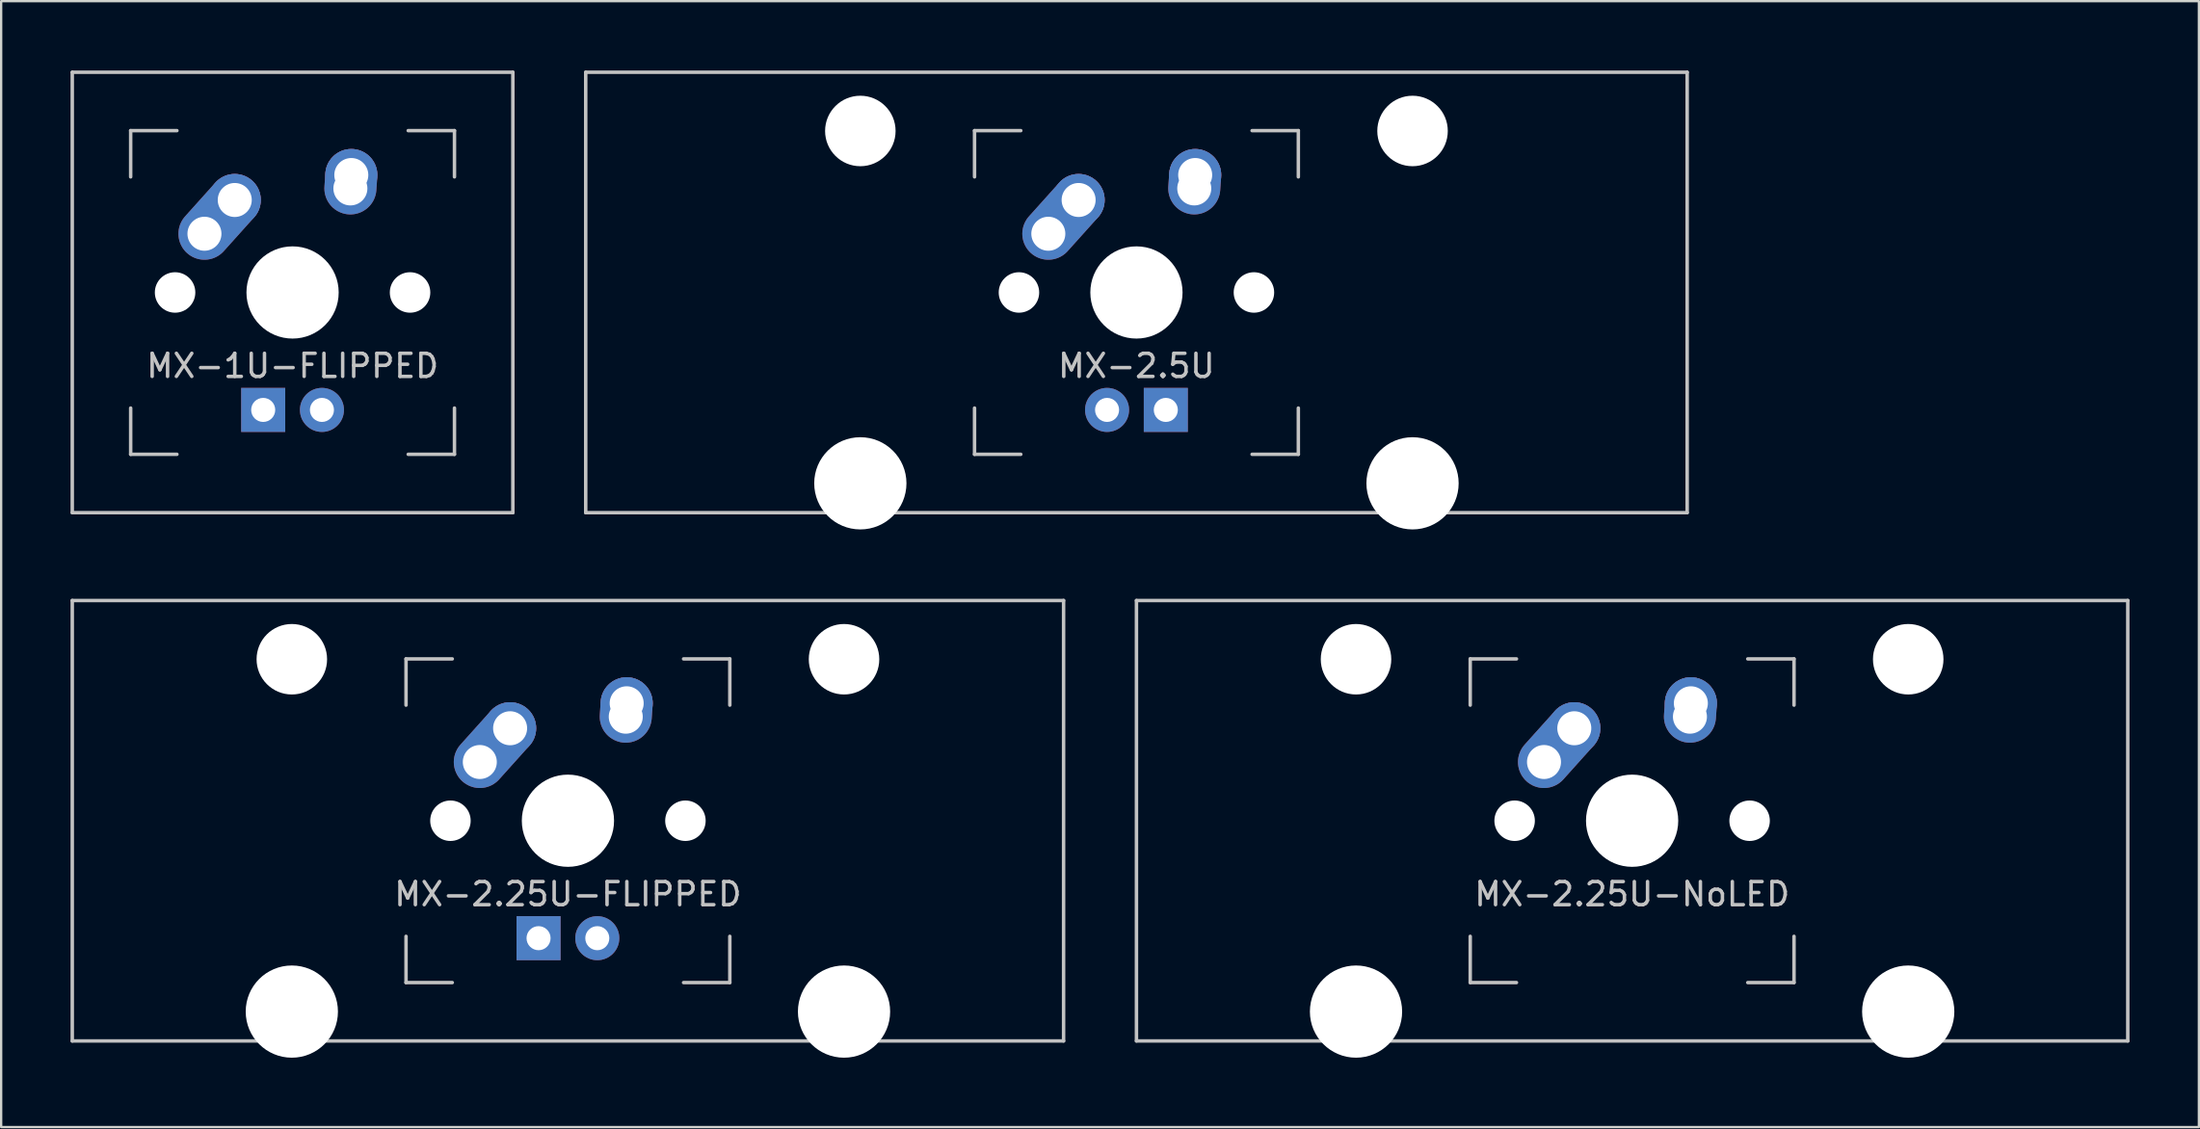
<source format=kicad_pcb>
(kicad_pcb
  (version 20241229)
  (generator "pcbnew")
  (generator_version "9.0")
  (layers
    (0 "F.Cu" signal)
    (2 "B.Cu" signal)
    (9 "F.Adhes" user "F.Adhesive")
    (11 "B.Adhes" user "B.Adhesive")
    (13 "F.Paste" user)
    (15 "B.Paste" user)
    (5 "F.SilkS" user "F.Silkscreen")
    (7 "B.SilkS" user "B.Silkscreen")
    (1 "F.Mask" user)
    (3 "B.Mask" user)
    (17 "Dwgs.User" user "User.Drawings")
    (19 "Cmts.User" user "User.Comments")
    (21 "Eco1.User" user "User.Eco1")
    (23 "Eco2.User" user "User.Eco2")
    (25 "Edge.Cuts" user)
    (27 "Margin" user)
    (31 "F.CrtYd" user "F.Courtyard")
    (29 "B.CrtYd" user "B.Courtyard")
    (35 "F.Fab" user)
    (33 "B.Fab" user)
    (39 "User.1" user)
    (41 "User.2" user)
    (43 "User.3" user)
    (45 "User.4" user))
  (footprint "MX-2.5U"
    (layer "F.Cu")
    (at 46.087 9.6)
    (property "Reference" "MX-2.5U" (at 0 3.175 0) (layer "Dwgs.User") (effects (font (size 1 1) (thickness 0.15))))
    (attr through_hole)
    (fp_line (start -23.812 -9.525) (end 23.812 -9.525) (stroke (width 0.15) (type solid)) (layer "Dwgs.User"))
    (fp_line (start -23.812 9.525) (end -23.812 -9.525) (stroke (width 0.15) (type solid)) (layer "Dwgs.User"))
    (fp_line (start -23.812 9.525) (end 23.812 9.525) (stroke (width 0.15) (type solid)) (layer "Dwgs.User"))
    (fp_line (start -7 -7) (end -7 -5) (stroke (width 0.15) (type solid)) (layer "Dwgs.User"))
    (fp_line (start -7 5) (end -7 7) (stroke (width 0.15) (type solid)) (layer "Dwgs.User"))
    (fp_line (start -7 7) (end -5 7) (stroke (width 0.15) (type solid)) (layer "Dwgs.User"))
    (fp_line (start -5 -7) (end -7 -7) (stroke (width 0.15) (type solid)) (layer "Dwgs.User"))
    (fp_line (start 5 -7) (end 7 -7) (stroke (width 0.15) (type solid)) (layer "Dwgs.User"))
    (fp_line (start 5 7) (end 7 7) (stroke (width 0.15) (type solid)) (layer "Dwgs.User"))
    (fp_line (start 7 -7) (end 7 -5) (stroke (width 0.15) (type solid)) (layer "Dwgs.User"))
    (fp_line (start 7 7) (end 7 5) (stroke (width 0.15) (type solid)) (layer "Dwgs.User"))
    (fp_line (start 23.812 -9.525) (end 23.812 9.525) (stroke (width 0.15) (type solid)) (layer "Dwgs.User"))
    (pad "" np_thru_hole circle (at -11.938 -6.985) (size 3.048 3.048) (drill 3.048) (layers "*.Cu" "*.Mask"))
    (pad "" np_thru_hole circle (at -11.938 8.255) (size 3.988 3.988) (drill 3.988) (layers "*.Cu" "*.Mask"))
    (pad "" np_thru_hole circle (at -5.08 0 48.1) (size 1.75 1.75) (drill 1.75) (layers "*.Cu" "*.Mask"))
    (pad "" np_thru_hole circle (at 0 0) (size 3.988 3.988) (drill 3.988) (layers "*.Cu" "*.Mask"))
    (pad "" np_thru_hole circle (at 5.08 0 48.1) (size 1.75 1.75) (drill 1.75) (layers "*.Cu" "*.Mask"))
    (pad "" np_thru_hole circle (at 11.938 -6.985) (size 3.048 3.048) (drill 3.048) (layers "*.Cu" "*.Mask"))
    (pad "" np_thru_hole circle (at 11.938 8.255) (size 3.988 3.988) (drill 3.988) (layers "*.Cu" "*.Mask"))
    (pad "1" thru_hole oval (at -3.81 -2.54 48.1) (size 4.212 2.25) (drill 1.47 (offset 0.981 0)) (layers "*.Cu" "B.Mask"))
    (pad "1" thru_hole circle (at -2.5 -4) (size 2.25 2.25) (drill 1.47) (layers "*.Cu" "B.Mask"))
    (pad "2" thru_hole oval (at 2.5 -4.5 86.055) (size 2.831 2.25) (drill 1.47 (offset 0.291 0)) (layers "*.Cu" "B.Mask"))
    (pad "2" thru_hole circle (at 2.54 -5.08) (size 2.25 2.25) (drill 1.47) (layers "*.Cu" "B.Mask"))
    (pad "3" thru_hole circle (at -1.27 5.08) (size 1.905 1.905) (drill 1.04) (layers "*.Cu" "B.Mask"))
    (pad "4" thru_hole rect (at 1.27 5.08) (size 1.905 1.905) (drill 1.04) (layers "*.Cu" "B.Mask")))
  (footprint "MX-2.25U-NoLED"
    (layer "F.Cu")
    (at 67.519 32.449)
    (property "Reference" "MX-2.25U-NoLED" (at 0 3.175 0) (layer "Dwgs.User") (effects (font (size 1 1) (thickness 0.15))))
    (attr through_hole)
    (fp_line (start -21.431 -9.525) (end 21.431 -9.525) (stroke (width 0.15) (type solid)) (layer "Dwgs.User"))
    (fp_line (start -21.431 9.525) (end -21.431 -9.525) (stroke (width 0.15) (type solid)) (layer "Dwgs.User"))
    (fp_line (start -21.431 9.525) (end 21.431 9.525) (stroke (width 0.15) (type solid)) (layer "Dwgs.User"))
    (fp_line (start -7 -7) (end -7 -5) (stroke (width 0.15) (type solid)) (layer "Dwgs.User"))
    (fp_line (start -7 5) (end -7 7) (stroke (width 0.15) (type solid)) (layer "Dwgs.User"))
    (fp_line (start -7 7) (end -5 7) (stroke (width 0.15) (type solid)) (layer "Dwgs.User"))
    (fp_line (start -5 -7) (end -7 -7) (stroke (width 0.15) (type solid)) (layer "Dwgs.User"))
    (fp_line (start 5 -7) (end 7 -7) (stroke (width 0.15) (type solid)) (layer "Dwgs.User"))
    (fp_line (start 5 7) (end 7 7) (stroke (width 0.15) (type solid)) (layer "Dwgs.User"))
    (fp_line (start 7 -7) (end 7 -5) (stroke (width 0.15) (type solid)) (layer "Dwgs.User"))
    (fp_line (start 7 7) (end 7 5) (stroke (width 0.15) (type solid)) (layer "Dwgs.User"))
    (fp_line (start 21.431 -9.525) (end 21.431 9.525) (stroke (width 0.15) (type solid)) (layer "Dwgs.User"))
    (pad "" np_thru_hole circle (at -11.938 -6.985) (size 3.048 3.048) (drill 3.048) (layers "*.Cu" "*.Mask"))
    (pad "" np_thru_hole circle (at -11.938 8.255) (size 3.988 3.988) (drill 3.988) (layers "*.Cu" "*.Mask"))
    (pad "" np_thru_hole circle (at -5.08 0 48.1) (size 1.75 1.75) (drill 1.75) (layers "*.Cu" "*.Mask"))
    (pad "" np_thru_hole circle (at 0 0) (size 3.988 3.988) (drill 3.988) (layers "*.Cu" "*.Mask"))
    (pad "" np_thru_hole circle (at 5.08 0 48.1) (size 1.75 1.75) (drill 1.75) (layers "*.Cu" "*.Mask"))
    (pad "" np_thru_hole circle (at 11.938 -6.985) (size 3.048 3.048) (drill 3.048) (layers "*.Cu" "*.Mask"))
    (pad "" np_thru_hole circle (at 11.938 8.255) (size 3.988 3.988) (drill 3.988) (layers "*.Cu" "*.Mask"))
    (pad "1" thru_hole oval (at -3.81 -2.54 48.1) (size 4.212 2.25) (drill 1.47 (offset 0.981 0)) (layers "*.Cu" "B.Mask"))
    (pad "1" thru_hole circle (at -2.5 -4) (size 2.25 2.25) (drill 1.47) (layers "*.Cu" "B.Mask"))
    (pad "2" thru_hole oval (at 2.5 -4.5 86.055) (size 2.831 2.25) (drill 1.47 (offset 0.291 0)) (layers "*.Cu" "B.Mask"))
    (pad "2" thru_hole circle (at 2.54 -5.08) (size 2.25 2.25) (drill 1.47) (layers "*.Cu" "B.Mask")))
  (footprint "MX-2.25U-FLIPPED"
    (layer "F.Cu")
    (at 21.506 32.449)
    (property "Reference" "MX-2.25U-FLIPPED" (at 0 3.175 0) (layer "Dwgs.User") (effects (font (size 1 1) (thickness 0.15))))
    (attr through_hole)
    (fp_line (start -21.431 -9.525) (end 21.431 -9.525) (stroke (width 0.15) (type solid)) (layer "Dwgs.User"))
    (fp_line (start -21.431 9.525) (end -21.431 -9.525) (stroke (width 0.15) (type solid)) (layer "Dwgs.User"))
    (fp_line (start -21.431 9.525) (end 21.431 9.525) (stroke (width 0.15) (type solid)) (layer "Dwgs.User"))
    (fp_line (start -7 -7) (end -7 -5) (stroke (width 0.15) (type solid)) (layer "Dwgs.User"))
    (fp_line (start -7 5) (end -7 7) (stroke (width 0.15) (type solid)) (layer "Dwgs.User"))
    (fp_line (start -7 7) (end -5 7) (stroke (width 0.15) (type solid)) (layer "Dwgs.User"))
    (fp_line (start -5 -7) (end -7 -7) (stroke (width 0.15) (type solid)) (layer "Dwgs.User"))
    (fp_line (start 5 -7) (end 7 -7) (stroke (width 0.15) (type solid)) (layer "Dwgs.User"))
    (fp_line (start 5 7) (end 7 7) (stroke (width 0.15) (type solid)) (layer "Dwgs.User"))
    (fp_line (start 7 -7) (end 7 -5) (stroke (width 0.15) (type solid)) (layer "Dwgs.User"))
    (fp_line (start 7 7) (end 7 5) (stroke (width 0.15) (type solid)) (layer "Dwgs.User"))
    (fp_line (start 21.431 -9.525) (end 21.431 9.525) (stroke (width 0.15) (type solid)) (layer "Dwgs.User"))
    (pad "" np_thru_hole circle (at -11.938 -6.985) (size 3.048 3.048) (drill 3.048) (layers "*.Cu" "*.Mask"))
    (pad "" np_thru_hole circle (at -11.938 8.255) (size 3.988 3.988) (drill 3.988) (layers "*.Cu" "*.Mask"))
    (pad "" np_thru_hole circle (at -5.08 0 48.1) (size 1.75 1.75) (drill 1.75) (layers "*.Cu" "*.Mask"))
    (pad "" np_thru_hole circle (at 0 0) (size 3.988 3.988) (drill 3.988) (layers "*.Cu" "*.Mask"))
    (pad "" np_thru_hole circle (at 5.08 0 48.1) (size 1.75 1.75) (drill 1.75) (layers "*.Cu" "*.Mask"))
    (pad "" np_thru_hole circle (at 11.938 -6.985) (size 3.048 3.048) (drill 3.048) (layers "*.Cu" "*.Mask"))
    (pad "" np_thru_hole circle (at 11.938 8.255) (size 3.988 3.988) (drill 3.988) (layers "*.Cu" "*.Mask"))
    (pad "1" thru_hole oval (at -3.81 -2.54 48.1) (size 4.212 2.25) (drill 1.47 (offset 0.981 0)) (layers "*.Cu" "B.Mask"))
    (pad "1" thru_hole circle (at -2.5 -4) (size 2.25 2.25) (drill 1.47) (layers "*.Cu" "B.Mask"))
    (pad "2" thru_hole oval (at 2.5 -4.5 86.055) (size 2.831 2.25) (drill 1.47 (offset 0.291 0)) (layers "*.Cu" "B.Mask"))
    (pad "2" thru_hole circle (at 2.54 -5.08) (size 2.25 2.25) (drill 1.47) (layers "*.Cu" "B.Mask"))
    (pad "3" thru_hole circle (at 1.27 5.08) (size 1.905 1.905) (drill 1.04) (layers "*.Cu" "B.Mask"))
    (pad "4" thru_hole rect (at -1.27 5.08) (size 1.905 1.905) (drill 1.04) (layers "*.Cu" "B.Mask")))
  (footprint "MX-1U-FLIPPED"
    (layer "F.Cu")
    (at 9.6 9.6)
    (property "Reference" "MX-1U-FLIPPED" (at 0 3.175 0) (layer "Dwgs.User") (effects (font (size 1 1) (thickness 0.15))))
    (attr through_hole)
    (fp_line (start -9.525 -9.525) (end 9.525 -9.525) (stroke (width 0.15) (type solid)) (layer "Dwgs.User"))
    (fp_line (start -9.525 9.525) (end -9.525 -9.525) (stroke (width 0.15) (type solid)) (layer "Dwgs.User"))
    (fp_line (start -7 -7) (end -7 -5) (stroke (width 0.15) (type solid)) (layer "Dwgs.User"))
    (fp_line (start -7 5) (end -7 7) (stroke (width 0.15) (type solid)) (layer "Dwgs.User"))
    (fp_line (start -7 7) (end -5 7) (stroke (width 0.15) (type solid)) (layer "Dwgs.User"))
    (fp_line (start -5 -7) (end -7 -7) (stroke (width 0.15) (type solid)) (layer "Dwgs.User"))
    (fp_line (start 5 -7) (end 7 -7) (stroke (width 0.15) (type solid)) (layer "Dwgs.User"))
    (fp_line (start 5 7) (end 7 7) (stroke (width 0.15) (type solid)) (layer "Dwgs.User"))
    (fp_line (start 7 -7) (end 7 -5) (stroke (width 0.15) (type solid)) (layer "Dwgs.User"))
    (fp_line (start 7 7) (end 7 5) (stroke (width 0.15) (type solid)) (layer "Dwgs.User"))
    (fp_line (start 9.525 -9.525) (end 9.525 9.525) (stroke (width 0.15) (type solid)) (layer "Dwgs.User"))
    (fp_line (start 9.525 9.525) (end -9.525 9.525) (stroke (width 0.15) (type solid)) (layer "Dwgs.User"))
    (pad "" np_thru_hole circle (at -5.08 0 48.1) (size 1.75 1.75) (drill 1.75) (layers "*.Cu" "*.Mask"))
    (pad "" np_thru_hole circle (at 0 0) (size 3.988 3.988) (drill 3.988) (layers "*.Cu" "*.Mask"))
    (pad "" np_thru_hole circle (at 5.08 0 48.1) (size 1.75 1.75) (drill 1.75) (layers "*.Cu" "*.Mask"))
    (pad "1" thru_hole oval (at -3.81 -2.54 48.1) (size 4.212 2.25) (drill 1.47 (offset 0.981 0)) (layers "*.Cu" "B.Mask"))
    (pad "1" thru_hole circle (at -2.5 -4) (size 2.25 2.25) (drill 1.47) (layers "*.Cu" "B.Mask"))
    (pad "2" thru_hole oval (at 2.5 -4.5 86.055) (size 2.831 2.25) (drill 1.47 (offset 0.291 0)) (layers "*.Cu" "B.Mask"))
    (pad "2" thru_hole circle (at 2.54 -5.08) (size 2.25 2.25) (drill 1.47) (layers "*.Cu" "B.Mask"))
    (pad "3" thru_hole circle (at 1.27 5.08) (size 1.905 1.905) (drill 1.04) (layers "*.Cu" "B.Mask"))
    (pad "4" thru_hole rect (at -1.27 5.08) (size 1.905 1.905) (drill 1.04) (layers "*.Cu" "B.Mask")))
  (gr_rect
    (start -3 -3)
    (end 92.025 45.698)
    (stroke (width 0.1) (type default))
    (fill no)
    (layer "Edge.Cuts")))
</source>
